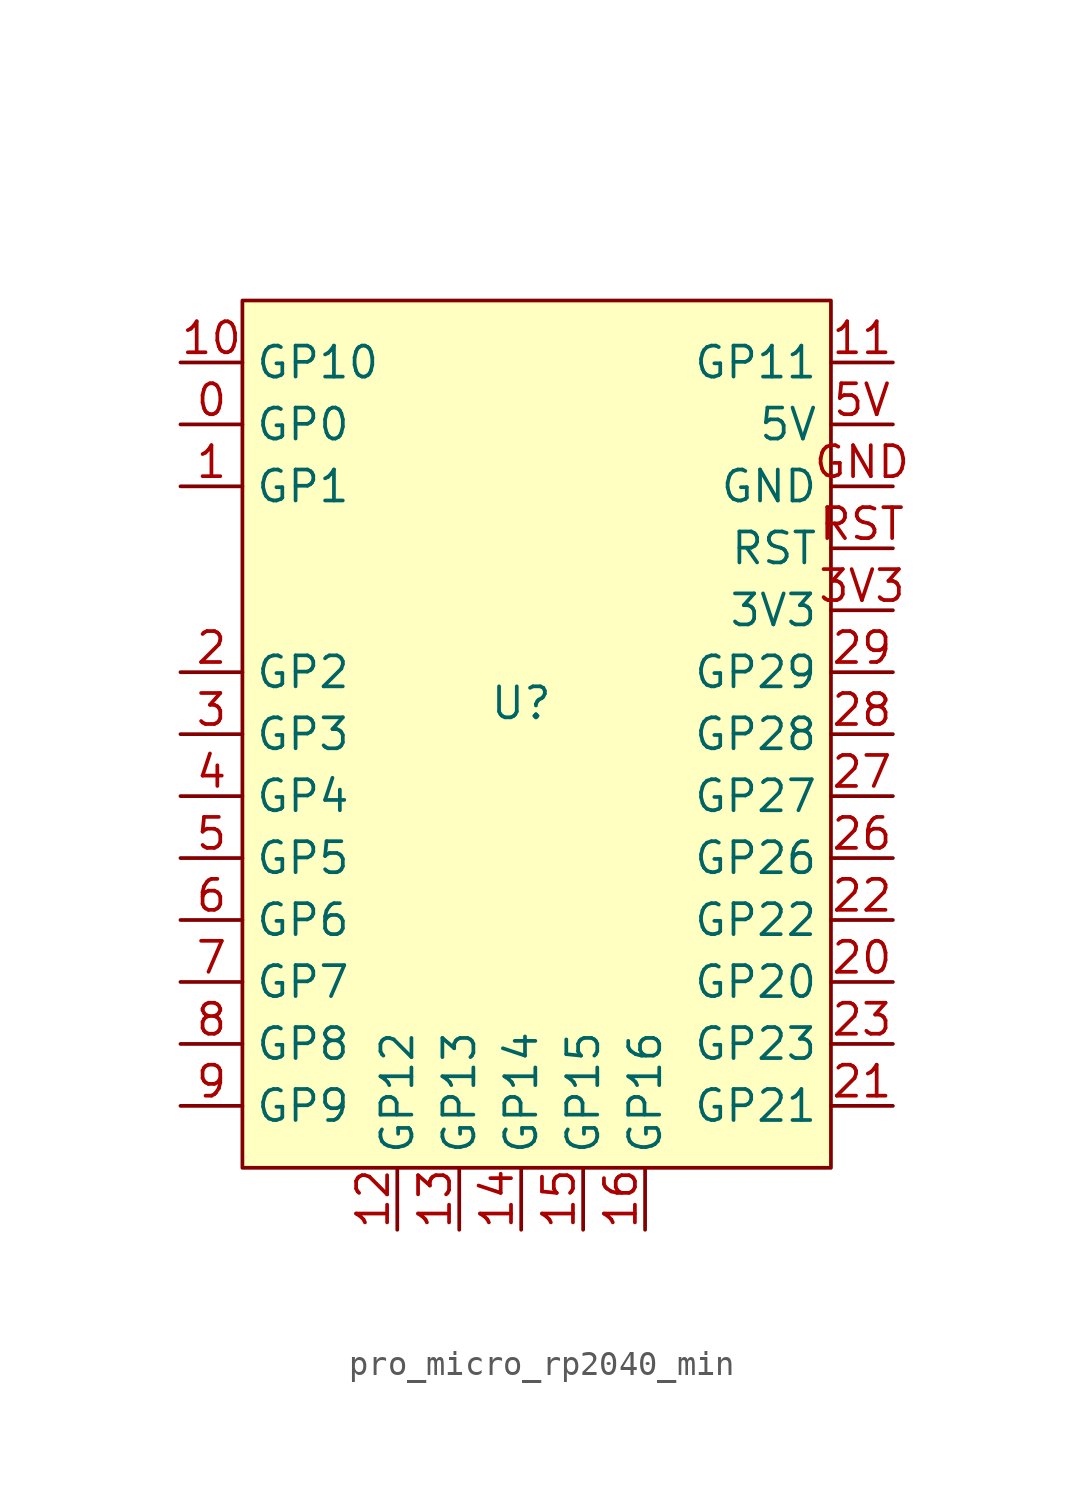
<source format=kicad_sym>
(kicad_symbol_lib
  (version 20241209)
  (generator "kicad_symbol_editor")
  (generator_version "9.0")
  (symbol "pro_micro_rp2040_min"
    (property "Reference" "U"
      (at 0 1.27 0)
      (effects (font (size 1.27 1.27))))
    (property "Value" ""
      (at 11.43 21.59 0)
      (effects (font (size 1.27 1.27))))
    (symbol "pro_micro_rp2040_min_1_1"
      (rectangle (start -11.43 17.78) (end 12.7 -17.78) (stroke (width 0) (type default)) (fill (type background)))
      (pin bidirectional line (at -13.97 15.24 0) (length 2.54) (name "GP10" (effects (font (size 1.27 1.27)))) (number "10" (effects (font (size 1.27 1.27)))))
      (pin bidirectional line (at -13.97 12.7 0) (length 2.54) (name "GP0" (effects (font (size 1.27 1.27)))) (number "0" (effects (font (size 1.27 1.27)))))
      (pin bidirectional line (at -13.97 10.16 0) (length 2.54) (name "GP1" (effects (font (size 1.27 1.27)))) (number "1" (effects (font (size 1.27 1.27)))))
      (pin bidirectional line (at -13.97 2.54 0) (length 2.54) (name "GP2" (effects (font (size 1.27 1.27)))) (number "2" (effects (font (size 1.27 1.27)))))
      (pin bidirectional line (at -13.97 0 0) (length 2.54) (name "GP3" (effects (font (size 1.27 1.27)))) (number "3" (effects (font (size 1.27 1.27)))))
      (pin bidirectional line (at -13.97 -2.54 0) (length 2.54) (name "GP4" (effects (font (size 1.27 1.27)))) (number "4" (effects (font (size 1.27 1.27)))))
      (pin bidirectional line (at -13.97 -5.08 0) (length 2.54) (name "GP5" (effects (font (size 1.27 1.27)))) (number "5" (effects (font (size 1.27 1.27)))))
      (pin bidirectional line (at -13.97 -7.62 0) (length 2.54) (name "GP6" (effects (font (size 1.27 1.27)))) (number "6" (effects (font (size 1.27 1.27)))))
      (pin bidirectional line (at -13.97 -10.16 0) (length 2.54) (name "GP7" (effects (font (size 1.27 1.27)))) (number "7" (effects (font (size 1.27 1.27)))))
      (pin bidirectional line (at -13.97 -12.7 0) (length 2.54) (name "GP8" (effects (font (size 1.27 1.27)))) (number "8" (effects (font (size 1.27 1.27)))))
      (pin bidirectional line (at -13.97 -15.24 0) (length 2.54) (name "GP9" (effects (font (size 1.27 1.27)))) (number "9" (effects (font (size 1.27 1.27)))))
      (pin bidirectional line (at -5.08 -20.32 90) (length 2.54) (name "GP12" (effects (font (size 1.27 1.27)))) (number "12" (effects (font (size 1.27 1.27)))))
      (pin bidirectional line (at -2.54 -20.32 90) (length 2.54) (name "GP13" (effects (font (size 1.27 1.27)))) (number "13" (effects (font (size 1.27 1.27)))))
      (pin bidirectional line (at 0 -20.32 90) (length 2.54) (name "GP14" (effects (font (size 1.27 1.27)))) (number "14" (effects (font (size 1.27 1.27)))))
      (pin bidirectional line (at 2.54 -20.32 90) (length 2.54) (name "GP15" (effects (font (size 1.27 1.27)))) (number "15" (effects (font (size 1.27 1.27)))))
      (pin bidirectional line (at 5.08 -20.32 90) (length 2.54) (name "GP16" (effects (font (size 1.27 1.27)))) (number "16" (effects (font (size 1.27 1.27)))))
      (pin bidirectional line (at 15.24 15.24 180) (length 2.54) (name "GP11" (effects (font (size 1.27 1.27)))) (number "11" (effects (font (size 1.27 1.27)))))
      (pin power_in line (at 15.24 12.7 180) (length 2.54) (name "5V" (effects (font (size 1.27 1.27)))) (number "5V" (effects (font (size 1.27 1.27)))))
      (pin power_in line (at 15.24 10.16 180) (length 2.54) (name "GND" (effects (font (size 1.27 1.27)))) (number "GND" (effects (font (size 1.27 1.27)))))
      (pin unspecified line (at 15.24 7.62 180) (length 2.54) (name "RST" (effects (font (size 1.27 1.27)))) (number "RST" (effects (font (size 1.27 1.27)))))
      (pin unspecified line (at 15.24 5.08 180) (length 2.54) (name "3V3" (effects (font (size 1.27 1.27)))) (number "3V3" (effects (font (size 1.27 1.27)))))
      (pin bidirectional line (at 15.24 2.54 180) (length 2.54) (name "GP29" (effects (font (size 1.27 1.27)))) (number "29" (effects (font (size 1.27 1.27)))))
      (pin bidirectional line (at 15.24 0 180) (length 2.54) (name "GP28" (effects (font (size 1.27 1.27)))) (number "28" (effects (font (size 1.27 1.27)))))
      (pin bidirectional line (at 15.24 -2.54 180) (length 2.54) (name "GP27" (effects (font (size 1.27 1.27)))) (number "27" (effects (font (size 1.27 1.27)))))
      (pin bidirectional line (at 15.24 -5.08 180) (length 2.54) (name "GP26" (effects (font (size 1.27 1.27)))) (number "26" (effects (font (size 1.27 1.27)))))
      (pin bidirectional line (at 15.24 -7.62 180) (length 2.54) (name "GP22" (effects (font (size 1.27 1.27)))) (number "22" (effects (font (size 1.27 1.27)))))
      (pin bidirectional line (at 15.24 -10.16 180) (length 2.54) (name "GP20" (effects (font (size 1.27 1.27)))) (number "20" (effects (font (size 1.27 1.27)))))
      (pin bidirectional line (at 15.24 -12.7 180) (length 2.54) (name "GP23" (effects (font (size 1.27 1.27)))) (number "23" (effects (font (size 1.27 1.27)))))
      (pin bidirectional line (at 15.24 -15.24 180) (length 2.54) (name "GP21" (effects (font (size 1.27 1.27)))) (number "21" (effects (font (size 1.27 1.27))))))))
</source>
